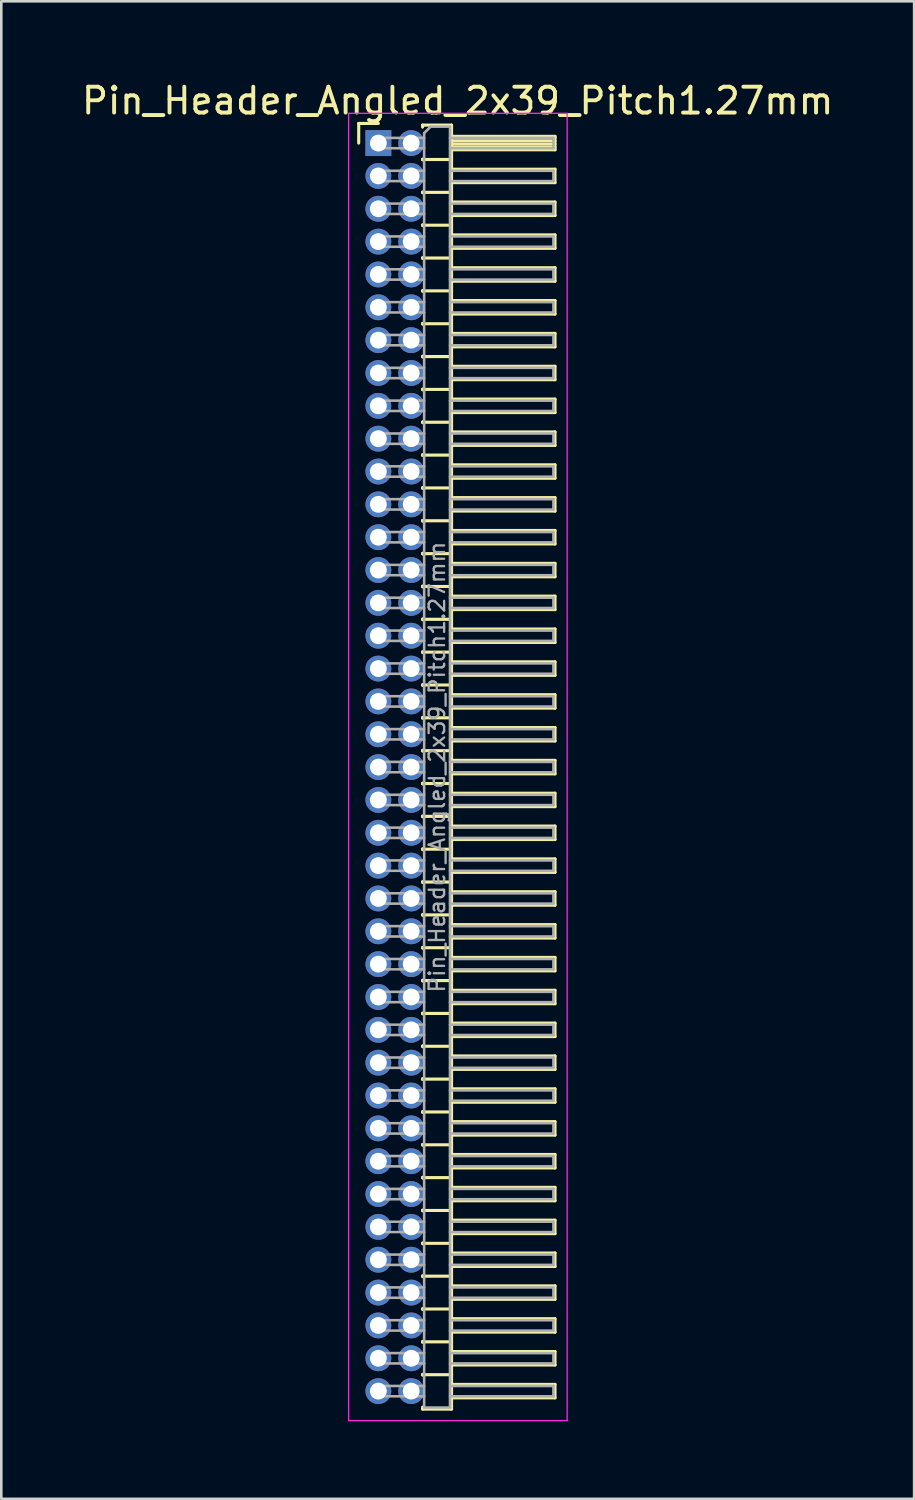
<source format=kicad_pcb>
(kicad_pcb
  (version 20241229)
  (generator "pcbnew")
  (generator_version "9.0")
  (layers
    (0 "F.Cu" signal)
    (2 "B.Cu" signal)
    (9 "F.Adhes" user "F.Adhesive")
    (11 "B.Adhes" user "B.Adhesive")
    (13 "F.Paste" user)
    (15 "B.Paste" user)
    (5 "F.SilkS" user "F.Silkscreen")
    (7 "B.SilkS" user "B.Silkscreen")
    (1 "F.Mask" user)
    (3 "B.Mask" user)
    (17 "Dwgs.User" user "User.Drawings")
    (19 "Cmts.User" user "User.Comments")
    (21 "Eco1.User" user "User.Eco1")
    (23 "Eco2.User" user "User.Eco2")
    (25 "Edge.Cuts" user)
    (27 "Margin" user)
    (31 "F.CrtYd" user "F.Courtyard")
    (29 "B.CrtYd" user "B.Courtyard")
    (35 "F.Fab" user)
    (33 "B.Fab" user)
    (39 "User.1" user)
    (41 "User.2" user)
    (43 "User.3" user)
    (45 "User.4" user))
  (footprint "Pin_Header_Angled_2x39_Pitch1.27mm"
    (layer "F.Cu")
    (at 11.581 2.483)
    (property "Reference" "Pin_Header_Angled_2x39_Pitch1.27mm" (at 3.067 -1.635 0) (layer "F.SilkS") (effects (font (size 1 1) (thickness 0.15))))
    (attr through_hole)
    (fp_line (start -0.76 -0.76) (end 0 -0.76) (stroke (width 0.12) (type solid)) (layer "F.SilkS"))
    (fp_line (start -0.76 0) (end -0.76 -0.76) (stroke (width 0.12) (type solid)) (layer "F.SilkS"))
    (fp_line (start 1.71 -0.695) (end 2.83 -0.695) (stroke (width 0.12) (type solid)) (layer "F.SilkS"))
    (fp_line (start 1.71 -0.62) (end 1.71 -0.695) (stroke (width 0.12) (type solid)) (layer "F.SilkS"))
    (fp_line (start 1.71 0.62) (end 1.71 0.65) (stroke (width 0.12) (type solid)) (layer "F.SilkS"))
    (fp_line (start 1.71 0.635) (end 2.83 0.635) (stroke (width 0.12) (type solid)) (layer "F.SilkS"))
    (fp_line (start 1.71 1.89) (end 1.71 1.92) (stroke (width 0.12) (type solid)) (layer "F.SilkS"))
    (fp_line (start 1.71 1.905) (end 2.83 1.905) (stroke (width 0.12) (type solid)) (layer "F.SilkS"))
    (fp_line (start 1.71 3.16) (end 1.71 3.19) (stroke (width 0.12) (type solid)) (layer "F.SilkS"))
    (fp_line (start 1.71 3.175) (end 2.83 3.175) (stroke (width 0.12) (type solid)) (layer "F.SilkS"))
    (fp_line (start 1.71 4.43) (end 1.71 4.46) (stroke (width 0.12) (type solid)) (layer "F.SilkS"))
    (fp_line (start 1.71 4.445) (end 2.83 4.445) (stroke (width 0.12) (type solid)) (layer "F.SilkS"))
    (fp_line (start 1.71 5.7) (end 1.71 5.73) (stroke (width 0.12) (type solid)) (layer "F.SilkS"))
    (fp_line (start 1.71 5.715) (end 2.83 5.715) (stroke (width 0.12) (type solid)) (layer "F.SilkS"))
    (fp_line (start 1.71 6.97) (end 1.71 7) (stroke (width 0.12) (type solid)) (layer "F.SilkS"))
    (fp_line (start 1.71 6.985) (end 2.83 6.985) (stroke (width 0.12) (type solid)) (layer "F.SilkS"))
    (fp_line (start 1.71 8.24) (end 1.71 8.27) (stroke (width 0.12) (type solid)) (layer "F.SilkS"))
    (fp_line (start 1.71 8.255) (end 2.83 8.255) (stroke (width 0.12) (type solid)) (layer "F.SilkS"))
    (fp_line (start 1.71 9.51) (end 1.71 9.54) (stroke (width 0.12) (type solid)) (layer "F.SilkS"))
    (fp_line (start 1.71 9.525) (end 2.83 9.525) (stroke (width 0.12) (type solid)) (layer "F.SilkS"))
    (fp_line (start 1.71 10.78) (end 1.71 10.81) (stroke (width 0.12) (type solid)) (layer "F.SilkS"))
    (fp_line (start 1.71 10.795) (end 2.83 10.795) (stroke (width 0.12) (type solid)) (layer "F.SilkS"))
    (fp_line (start 1.71 12.05) (end 1.71 12.08) (stroke (width 0.12) (type solid)) (layer "F.SilkS"))
    (fp_line (start 1.71 12.065) (end 2.83 12.065) (stroke (width 0.12) (type solid)) (layer "F.SilkS"))
    (fp_line (start 1.71 13.32) (end 1.71 13.35) (stroke (width 0.12) (type solid)) (layer "F.SilkS"))
    (fp_line (start 1.71 13.335) (end 2.83 13.335) (stroke (width 0.12) (type solid)) (layer "F.SilkS"))
    (fp_line (start 1.71 14.59) (end 1.71 14.62) (stroke (width 0.12) (type solid)) (layer "F.SilkS"))
    (fp_line (start 1.71 14.605) (end 2.83 14.605) (stroke (width 0.12) (type solid)) (layer "F.SilkS"))
    (fp_line (start 1.71 15.86) (end 1.71 15.89) (stroke (width 0.12) (type solid)) (layer "F.SilkS"))
    (fp_line (start 1.71 15.875) (end 2.83 15.875) (stroke (width 0.12) (type solid)) (layer "F.SilkS"))
    (fp_line (start 1.71 17.13) (end 1.71 17.16) (stroke (width 0.12) (type solid)) (layer "F.SilkS"))
    (fp_line (start 1.71 17.145) (end 2.83 17.145) (stroke (width 0.12) (type solid)) (layer "F.SilkS"))
    (fp_line (start 1.71 18.4) (end 1.71 18.43) (stroke (width 0.12) (type solid)) (layer "F.SilkS"))
    (fp_line (start 1.71 18.415) (end 2.83 18.415) (stroke (width 0.12) (type solid)) (layer "F.SilkS"))
    (fp_line (start 1.71 19.67) (end 1.71 19.7) (stroke (width 0.12) (type solid)) (layer "F.SilkS"))
    (fp_line (start 1.71 19.685) (end 2.83 19.685) (stroke (width 0.12) (type solid)) (layer "F.SilkS"))
    (fp_line (start 1.71 20.94) (end 1.71 20.97) (stroke (width 0.12) (type solid)) (layer "F.SilkS"))
    (fp_line (start 1.71 20.955) (end 2.83 20.955) (stroke (width 0.12) (type solid)) (layer "F.SilkS"))
    (fp_line (start 1.71 22.21) (end 1.71 22.24) (stroke (width 0.12) (type solid)) (layer "F.SilkS"))
    (fp_line (start 1.71 22.225) (end 2.83 22.225) (stroke (width 0.12) (type solid)) (layer "F.SilkS"))
    (fp_line (start 1.71 23.48) (end 1.71 23.51) (stroke (width 0.12) (type solid)) (layer "F.SilkS"))
    (fp_line (start 1.71 23.495) (end 2.83 23.495) (stroke (width 0.12) (type solid)) (layer "F.SilkS"))
    (fp_line (start 1.71 24.75) (end 1.71 24.78) (stroke (width 0.12) (type solid)) (layer "F.SilkS"))
    (fp_line (start 1.71 24.765) (end 2.83 24.765) (stroke (width 0.12) (type solid)) (layer "F.SilkS"))
    (fp_line (start 1.71 26.02) (end 1.71 26.05) (stroke (width 0.12) (type solid)) (layer "F.SilkS"))
    (fp_line (start 1.71 26.035) (end 2.83 26.035) (stroke (width 0.12) (type solid)) (layer "F.SilkS"))
    (fp_line (start 1.71 27.29) (end 1.71 27.32) (stroke (width 0.12) (type solid)) (layer "F.SilkS"))
    (fp_line (start 1.71 27.305) (end 2.83 27.305) (stroke (width 0.12) (type solid)) (layer "F.SilkS"))
    (fp_line (start 1.71 28.56) (end 1.71 28.59) (stroke (width 0.12) (type solid)) (layer "F.SilkS"))
    (fp_line (start 1.71 28.575) (end 2.83 28.575) (stroke (width 0.12) (type solid)) (layer "F.SilkS"))
    (fp_line (start 1.71 29.83) (end 1.71 29.86) (stroke (width 0.12) (type solid)) (layer "F.SilkS"))
    (fp_line (start 1.71 29.845) (end 2.83 29.845) (stroke (width 0.12) (type solid)) (layer "F.SilkS"))
    (fp_line (start 1.71 31.1) (end 1.71 31.13) (stroke (width 0.12) (type solid)) (layer "F.SilkS"))
    (fp_line (start 1.71 31.115) (end 2.83 31.115) (stroke (width 0.12) (type solid)) (layer "F.SilkS"))
    (fp_line (start 1.71 32.37) (end 1.71 32.4) (stroke (width 0.12) (type solid)) (layer "F.SilkS"))
    (fp_line (start 1.71 32.385) (end 2.83 32.385) (stroke (width 0.12) (type solid)) (layer "F.SilkS"))
    (fp_line (start 1.71 33.64) (end 1.71 33.67) (stroke (width 0.12) (type solid)) (layer "F.SilkS"))
    (fp_line (start 1.71 33.655) (end 2.83 33.655) (stroke (width 0.12) (type solid)) (layer "F.SilkS"))
    (fp_line (start 1.71 34.91) (end 1.71 34.94) (stroke (width 0.12) (type solid)) (layer "F.SilkS"))
    (fp_line (start 1.71 34.925) (end 2.83 34.925) (stroke (width 0.12) (type solid)) (layer "F.SilkS"))
    (fp_line (start 1.71 36.18) (end 1.71 36.21) (stroke (width 0.12) (type solid)) (layer "F.SilkS"))
    (fp_line (start 1.71 36.195) (end 2.83 36.195) (stroke (width 0.12) (type solid)) (layer "F.SilkS"))
    (fp_line (start 1.71 37.45) (end 1.71 37.48) (stroke (width 0.12) (type solid)) (layer "F.SilkS"))
    (fp_line (start 1.71 37.465) (end 2.83 37.465) (stroke (width 0.12) (type solid)) (layer "F.SilkS"))
    (fp_line (start 1.71 38.72) (end 1.71 38.75) (stroke (width 0.12) (type solid)) (layer "F.SilkS"))
    (fp_line (start 1.71 38.735) (end 2.83 38.735) (stroke (width 0.12) (type solid)) (layer "F.SilkS"))
    (fp_line (start 1.71 39.99) (end 1.71 40.02) (stroke (width 0.12) (type solid)) (layer "F.SilkS"))
    (fp_line (start 1.71 40.005) (end 2.83 40.005) (stroke (width 0.12) (type solid)) (layer "F.SilkS"))
    (fp_line (start 1.71 41.26) (end 1.71 41.29) (stroke (width 0.12) (type solid)) (layer "F.SilkS"))
    (fp_line (start 1.71 41.275) (end 2.83 41.275) (stroke (width 0.12) (type solid)) (layer "F.SilkS"))
    (fp_line (start 1.71 42.53) (end 1.71 42.56) (stroke (width 0.12) (type solid)) (layer "F.SilkS"))
    (fp_line (start 1.71 42.545) (end 2.83 42.545) (stroke (width 0.12) (type solid)) (layer "F.SilkS"))
    (fp_line (start 1.71 43.8) (end 1.71 43.83) (stroke (width 0.12) (type solid)) (layer "F.SilkS"))
    (fp_line (start 1.71 43.815) (end 2.83 43.815) (stroke (width 0.12) (type solid)) (layer "F.SilkS"))
    (fp_line (start 1.71 45.07) (end 1.71 45.1) (stroke (width 0.12) (type solid)) (layer "F.SilkS"))
    (fp_line (start 1.71 45.085) (end 2.83 45.085) (stroke (width 0.12) (type solid)) (layer "F.SilkS"))
    (fp_line (start 1.71 46.34) (end 1.71 46.37) (stroke (width 0.12) (type solid)) (layer "F.SilkS"))
    (fp_line (start 1.71 46.355) (end 2.83 46.355) (stroke (width 0.12) (type solid)) (layer "F.SilkS"))
    (fp_line (start 1.71 47.61) (end 1.71 47.64) (stroke (width 0.12) (type solid)) (layer "F.SilkS"))
    (fp_line (start 1.71 47.625) (end 2.83 47.625) (stroke (width 0.12) (type solid)) (layer "F.SilkS"))
    (fp_line (start 1.71 48.955) (end 1.71 48.88) (stroke (width 0.12) (type solid)) (layer "F.SilkS"))
    (fp_line (start 2.83 -0.695) (end 2.83 48.955) (stroke (width 0.12) (type solid)) (layer "F.SilkS"))
    (fp_line (start 2.83 -0.26) (end 6.83 -0.26) (stroke (width 0.12) (type solid)) (layer "F.SilkS"))
    (fp_line (start 2.83 -0.2) (end 6.83 -0.2) (stroke (width 0.12) (type solid)) (layer "F.SilkS"))
    (fp_line (start 2.83 -0.08) (end 6.83 -0.08) (stroke (width 0.12) (type solid)) (layer "F.SilkS"))
    (fp_line (start 2.83 0.04) (end 6.83 0.04) (stroke (width 0.12) (type solid)) (layer "F.SilkS"))
    (fp_line (start 2.83 0.16) (end 6.83 0.16) (stroke (width 0.12) (type solid)) (layer "F.SilkS"))
    (fp_line (start 2.83 1.01) (end 6.83 1.01) (stroke (width 0.12) (type solid)) (layer "F.SilkS"))
    (fp_line (start 2.83 2.28) (end 6.83 2.28) (stroke (width 0.12) (type solid)) (layer "F.SilkS"))
    (fp_line (start 2.83 3.55) (end 6.83 3.55) (stroke (width 0.12) (type solid)) (layer "F.SilkS"))
    (fp_line (start 2.83 4.82) (end 6.83 4.82) (stroke (width 0.12) (type solid)) (layer "F.SilkS"))
    (fp_line (start 2.83 6.09) (end 6.83 6.09) (stroke (width 0.12) (type solid)) (layer "F.SilkS"))
    (fp_line (start 2.83 7.36) (end 6.83 7.36) (stroke (width 0.12) (type solid)) (layer "F.SilkS"))
    (fp_line (start 2.83 8.63) (end 6.83 8.63) (stroke (width 0.12) (type solid)) (layer "F.SilkS"))
    (fp_line (start 2.83 9.9) (end 6.83 9.9) (stroke (width 0.12) (type solid)) (layer "F.SilkS"))
    (fp_line (start 2.83 11.17) (end 6.83 11.17) (stroke (width 0.12) (type solid)) (layer "F.SilkS"))
    (fp_line (start 2.83 12.44) (end 6.83 12.44) (stroke (width 0.12) (type solid)) (layer "F.SilkS"))
    (fp_line (start 2.83 13.71) (end 6.83 13.71) (stroke (width 0.12) (type solid)) (layer "F.SilkS"))
    (fp_line (start 2.83 14.98) (end 6.83 14.98) (stroke (width 0.12) (type solid)) (layer "F.SilkS"))
    (fp_line (start 2.83 16.25) (end 6.83 16.25) (stroke (width 0.12) (type solid)) (layer "F.SilkS"))
    (fp_line (start 2.83 17.52) (end 6.83 17.52) (stroke (width 0.12) (type solid)) (layer "F.SilkS"))
    (fp_line (start 2.83 18.79) (end 6.83 18.79) (stroke (width 0.12) (type solid)) (layer "F.SilkS"))
    (fp_line (start 2.83 20.06) (end 6.83 20.06) (stroke (width 0.12) (type solid)) (layer "F.SilkS"))
    (fp_line (start 2.83 21.33) (end 6.83 21.33) (stroke (width 0.12) (type solid)) (layer "F.SilkS"))
    (fp_line (start 2.83 22.6) (end 6.83 22.6) (stroke (width 0.12) (type solid)) (layer "F.SilkS"))
    (fp_line (start 2.83 23.87) (end 6.83 23.87) (stroke (width 0.12) (type solid)) (layer "F.SilkS"))
    (fp_line (start 2.83 25.14) (end 6.83 25.14) (stroke (width 0.12) (type solid)) (layer "F.SilkS"))
    (fp_line (start 2.83 26.41) (end 6.83 26.41) (stroke (width 0.12) (type solid)) (layer "F.SilkS"))
    (fp_line (start 2.83 27.68) (end 6.83 27.68) (stroke (width 0.12) (type solid)) (layer "F.SilkS"))
    (fp_line (start 2.83 28.95) (end 6.83 28.95) (stroke (width 0.12) (type solid)) (layer "F.SilkS"))
    (fp_line (start 2.83 30.22) (end 6.83 30.22) (stroke (width 0.12) (type solid)) (layer "F.SilkS"))
    (fp_line (start 2.83 31.49) (end 6.83 31.49) (stroke (width 0.12) (type solid)) (layer "F.SilkS"))
    (fp_line (start 2.83 32.76) (end 6.83 32.76) (stroke (width 0.12) (type solid)) (layer "F.SilkS"))
    (fp_line (start 2.83 34.03) (end 6.83 34.03) (stroke (width 0.12) (type solid)) (layer "F.SilkS"))
    (fp_line (start 2.83 35.3) (end 6.83 35.3) (stroke (width 0.12) (type solid)) (layer "F.SilkS"))
    (fp_line (start 2.83 36.57) (end 6.83 36.57) (stroke (width 0.12) (type solid)) (layer "F.SilkS"))
    (fp_line (start 2.83 37.84) (end 6.83 37.84) (stroke (width 0.12) (type solid)) (layer "F.SilkS"))
    (fp_line (start 2.83 39.11) (end 6.83 39.11) (stroke (width 0.12) (type solid)) (layer "F.SilkS"))
    (fp_line (start 2.83 40.38) (end 6.83 40.38) (stroke (width 0.12) (type solid)) (layer "F.SilkS"))
    (fp_line (start 2.83 41.65) (end 6.83 41.65) (stroke (width 0.12) (type solid)) (layer "F.SilkS"))
    (fp_line (start 2.83 42.92) (end 6.83 42.92) (stroke (width 0.12) (type solid)) (layer "F.SilkS"))
    (fp_line (start 2.83 44.19) (end 6.83 44.19) (stroke (width 0.12) (type solid)) (layer "F.SilkS"))
    (fp_line (start 2.83 45.46) (end 6.83 45.46) (stroke (width 0.12) (type solid)) (layer "F.SilkS"))
    (fp_line (start 2.83 46.73) (end 6.83 46.73) (stroke (width 0.12) (type solid)) (layer "F.SilkS"))
    (fp_line (start 2.83 48) (end 6.83 48) (stroke (width 0.12) (type solid)) (layer "F.SilkS"))
    (fp_line (start 2.83 48.955) (end 1.71 48.955) (stroke (width 0.12) (type solid)) (layer "F.SilkS"))
    (fp_line (start 6.83 -0.26) (end 6.83 0.26) (stroke (width 0.12) (type solid)) (layer "F.SilkS"))
    (fp_line (start 6.83 0.26) (end 2.83 0.26) (stroke (width 0.12) (type solid)) (layer "F.SilkS"))
    (fp_line (start 6.83 1.01) (end 6.83 1.53) (stroke (width 0.12) (type solid)) (layer "F.SilkS"))
    (fp_line (start 6.83 1.53) (end 2.83 1.53) (stroke (width 0.12) (type solid)) (layer "F.SilkS"))
    (fp_line (start 6.83 2.28) (end 6.83 2.8) (stroke (width 0.12) (type solid)) (layer "F.SilkS"))
    (fp_line (start 6.83 2.8) (end 2.83 2.8) (stroke (width 0.12) (type solid)) (layer "F.SilkS"))
    (fp_line (start 6.83 3.55) (end 6.83 4.07) (stroke (width 0.12) (type solid)) (layer "F.SilkS"))
    (fp_line (start 6.83 4.07) (end 2.83 4.07) (stroke (width 0.12) (type solid)) (layer "F.SilkS"))
    (fp_line (start 6.83 4.82) (end 6.83 5.34) (stroke (width 0.12) (type solid)) (layer "F.SilkS"))
    (fp_line (start 6.83 5.34) (end 2.83 5.34) (stroke (width 0.12) (type solid)) (layer "F.SilkS"))
    (fp_line (start 6.83 6.09) (end 6.83 6.61) (stroke (width 0.12) (type solid)) (layer "F.SilkS"))
    (fp_line (start 6.83 6.61) (end 2.83 6.61) (stroke (width 0.12) (type solid)) (layer "F.SilkS"))
    (fp_line (start 6.83 7.36) (end 6.83 7.88) (stroke (width 0.12) (type solid)) (layer "F.SilkS"))
    (fp_line (start 6.83 7.88) (end 2.83 7.88) (stroke (width 0.12) (type solid)) (layer "F.SilkS"))
    (fp_line (start 6.83 8.63) (end 6.83 9.15) (stroke (width 0.12) (type solid)) (layer "F.SilkS"))
    (fp_line (start 6.83 9.15) (end 2.83 9.15) (stroke (width 0.12) (type solid)) (layer "F.SilkS"))
    (fp_line (start 6.83 9.9) (end 6.83 10.42) (stroke (width 0.12) (type solid)) (layer "F.SilkS"))
    (fp_line (start 6.83 10.42) (end 2.83 10.42) (stroke (width 0.12) (type solid)) (layer "F.SilkS"))
    (fp_line (start 6.83 11.17) (end 6.83 11.69) (stroke (width 0.12) (type solid)) (layer "F.SilkS"))
    (fp_line (start 6.83 11.69) (end 2.83 11.69) (stroke (width 0.12) (type solid)) (layer "F.SilkS"))
    (fp_line (start 6.83 12.44) (end 6.83 12.96) (stroke (width 0.12) (type solid)) (layer "F.SilkS"))
    (fp_line (start 6.83 12.96) (end 2.83 12.96) (stroke (width 0.12) (type solid)) (layer "F.SilkS"))
    (fp_line (start 6.83 13.71) (end 6.83 14.23) (stroke (width 0.12) (type solid)) (layer "F.SilkS"))
    (fp_line (start 6.83 14.23) (end 2.83 14.23) (stroke (width 0.12) (type solid)) (layer "F.SilkS"))
    (fp_line (start 6.83 14.98) (end 6.83 15.5) (stroke (width 0.12) (type solid)) (layer "F.SilkS"))
    (fp_line (start 6.83 15.5) (end 2.83 15.5) (stroke (width 0.12) (type solid)) (layer "F.SilkS"))
    (fp_line (start 6.83 16.25) (end 6.83 16.77) (stroke (width 0.12) (type solid)) (layer "F.SilkS"))
    (fp_line (start 6.83 16.77) (end 2.83 16.77) (stroke (width 0.12) (type solid)) (layer "F.SilkS"))
    (fp_line (start 6.83 17.52) (end 6.83 18.04) (stroke (width 0.12) (type solid)) (layer "F.SilkS"))
    (fp_line (start 6.83 18.04) (end 2.83 18.04) (stroke (width 0.12) (type solid)) (layer "F.SilkS"))
    (fp_line (start 6.83 18.79) (end 6.83 19.31) (stroke (width 0.12) (type solid)) (layer "F.SilkS"))
    (fp_line (start 6.83 19.31) (end 2.83 19.31) (stroke (width 0.12) (type solid)) (layer "F.SilkS"))
    (fp_line (start 6.83 20.06) (end 6.83 20.58) (stroke (width 0.12) (type solid)) (layer "F.SilkS"))
    (fp_line (start 6.83 20.58) (end 2.83 20.58) (stroke (width 0.12) (type solid)) (layer "F.SilkS"))
    (fp_line (start 6.83 21.33) (end 6.83 21.85) (stroke (width 0.12) (type solid)) (layer "F.SilkS"))
    (fp_line (start 6.83 21.85) (end 2.83 21.85) (stroke (width 0.12) (type solid)) (layer "F.SilkS"))
    (fp_line (start 6.83 22.6) (end 6.83 23.12) (stroke (width 0.12) (type solid)) (layer "F.SilkS"))
    (fp_line (start 6.83 23.12) (end 2.83 23.12) (stroke (width 0.12) (type solid)) (layer "F.SilkS"))
    (fp_line (start 6.83 23.87) (end 6.83 24.39) (stroke (width 0.12) (type solid)) (layer "F.SilkS"))
    (fp_line (start 6.83 24.39) (end 2.83 24.39) (stroke (width 0.12) (type solid)) (layer "F.SilkS"))
    (fp_line (start 6.83 25.14) (end 6.83 25.66) (stroke (width 0.12) (type solid)) (layer "F.SilkS"))
    (fp_line (start 6.83 25.66) (end 2.83 25.66) (stroke (width 0.12) (type solid)) (layer "F.SilkS"))
    (fp_line (start 6.83 26.41) (end 6.83 26.93) (stroke (width 0.12) (type solid)) (layer "F.SilkS"))
    (fp_line (start 6.83 26.93) (end 2.83 26.93) (stroke (width 0.12) (type solid)) (layer "F.SilkS"))
    (fp_line (start 6.83 27.68) (end 6.83 28.2) (stroke (width 0.12) (type solid)) (layer "F.SilkS"))
    (fp_line (start 6.83 28.2) (end 2.83 28.2) (stroke (width 0.12) (type solid)) (layer "F.SilkS"))
    (fp_line (start 6.83 28.95) (end 6.83 29.47) (stroke (width 0.12) (type solid)) (layer "F.SilkS"))
    (fp_line (start 6.83 29.47) (end 2.83 29.47) (stroke (width 0.12) (type solid)) (layer "F.SilkS"))
    (fp_line (start 6.83 30.22) (end 6.83 30.74) (stroke (width 0.12) (type solid)) (layer "F.SilkS"))
    (fp_line (start 6.83 30.74) (end 2.83 30.74) (stroke (width 0.12) (type solid)) (layer "F.SilkS"))
    (fp_line (start 6.83 31.49) (end 6.83 32.01) (stroke (width 0.12) (type solid)) (layer "F.SilkS"))
    (fp_line (start 6.83 32.01) (end 2.83 32.01) (stroke (width 0.12) (type solid)) (layer "F.SilkS"))
    (fp_line (start 6.83 32.76) (end 6.83 33.28) (stroke (width 0.12) (type solid)) (layer "F.SilkS"))
    (fp_line (start 6.83 33.28) (end 2.83 33.28) (stroke (width 0.12) (type solid)) (layer "F.SilkS"))
    (fp_line (start 6.83 34.03) (end 6.83 34.55) (stroke (width 0.12) (type solid)) (layer "F.SilkS"))
    (fp_line (start 6.83 34.55) (end 2.83 34.55) (stroke (width 0.12) (type solid)) (layer "F.SilkS"))
    (fp_line (start 6.83 35.3) (end 6.83 35.82) (stroke (width 0.12) (type solid)) (layer "F.SilkS"))
    (fp_line (start 6.83 35.82) (end 2.83 35.82) (stroke (width 0.12) (type solid)) (layer "F.SilkS"))
    (fp_line (start 6.83 36.57) (end 6.83 37.09) (stroke (width 0.12) (type solid)) (layer "F.SilkS"))
    (fp_line (start 6.83 37.09) (end 2.83 37.09) (stroke (width 0.12) (type solid)) (layer "F.SilkS"))
    (fp_line (start 6.83 37.84) (end 6.83 38.36) (stroke (width 0.12) (type solid)) (layer "F.SilkS"))
    (fp_line (start 6.83 38.36) (end 2.83 38.36) (stroke (width 0.12) (type solid)) (layer "F.SilkS"))
    (fp_line (start 6.83 39.11) (end 6.83 39.63) (stroke (width 0.12) (type solid)) (layer "F.SilkS"))
    (fp_line (start 6.83 39.63) (end 2.83 39.63) (stroke (width 0.12) (type solid)) (layer "F.SilkS"))
    (fp_line (start 6.83 40.38) (end 6.83 40.9) (stroke (width 0.12) (type solid)) (layer "F.SilkS"))
    (fp_line (start 6.83 40.9) (end 2.83 40.9) (stroke (width 0.12) (type solid)) (layer "F.SilkS"))
    (fp_line (start 6.83 41.65) (end 6.83 42.17) (stroke (width 0.12) (type solid)) (layer "F.SilkS"))
    (fp_line (start 6.83 42.17) (end 2.83 42.17) (stroke (width 0.12) (type solid)) (layer "F.SilkS"))
    (fp_line (start 6.83 42.92) (end 6.83 43.44) (stroke (width 0.12) (type solid)) (layer "F.SilkS"))
    (fp_line (start 6.83 43.44) (end 2.83 43.44) (stroke (width 0.12) (type solid)) (layer "F.SilkS"))
    (fp_line (start 6.83 44.19) (end 6.83 44.71) (stroke (width 0.12) (type solid)) (layer "F.SilkS"))
    (fp_line (start 6.83 44.71) (end 2.83 44.71) (stroke (width 0.12) (type solid)) (layer "F.SilkS"))
    (fp_line (start 6.83 45.46) (end 6.83 45.98) (stroke (width 0.12) (type solid)) (layer "F.SilkS"))
    (fp_line (start 6.83 45.98) (end 2.83 45.98) (stroke (width 0.12) (type solid)) (layer "F.SilkS"))
    (fp_line (start 6.83 46.73) (end 6.83 47.25) (stroke (width 0.12) (type solid)) (layer "F.SilkS"))
    (fp_line (start 6.83 47.25) (end 2.83 47.25) (stroke (width 0.12) (type solid)) (layer "F.SilkS"))
    (fp_line (start 6.83 48) (end 6.83 48.52) (stroke (width 0.12) (type solid)) (layer "F.SilkS"))
    (fp_line (start 6.83 48.52) (end 2.83 48.52) (stroke (width 0.12) (type solid)) (layer "F.SilkS"))
    (fp_line (start -1.15 -1.15) (end -1.15 49.4) (stroke (width 0.05) (type solid)) (layer "F.CrtYd"))
    (fp_line (start -1.15 49.4) (end 7.3 49.4) (stroke (width 0.05) (type solid)) (layer "F.CrtYd"))
    (fp_line (start 7.3 -1.15) (end -1.15 -1.15) (stroke (width 0.05) (type solid)) (layer "F.CrtYd"))
    (fp_line (start 7.3 49.4) (end 7.3 -1.15) (stroke (width 0.05) (type solid)) (layer "F.CrtYd"))
    (fp_line (start -0.2 -0.2) (end -0.2 0.2) (stroke (width 0.1) (type solid)) (layer "F.Fab"))
    (fp_line (start -0.2 -0.2) (end 1.77 -0.2) (stroke (width 0.1) (type solid)) (layer "F.Fab"))
    (fp_line (start -0.2 0.2) (end 1.77 0.2) (stroke (width 0.1) (type solid)) (layer "F.Fab"))
    (fp_line (start -0.2 1.07) (end -0.2 1.47) (stroke (width 0.1) (type solid)) (layer "F.Fab"))
    (fp_line (start -0.2 1.07) (end 1.77 1.07) (stroke (width 0.1) (type solid)) (layer "F.Fab"))
    (fp_line (start -0.2 1.47) (end 1.77 1.47) (stroke (width 0.1) (type solid)) (layer "F.Fab"))
    (fp_line (start -0.2 2.34) (end -0.2 2.74) (stroke (width 0.1) (type solid)) (layer "F.Fab"))
    (fp_line (start -0.2 2.34) (end 1.77 2.34) (stroke (width 0.1) (type solid)) (layer "F.Fab"))
    (fp_line (start -0.2 2.74) (end 1.77 2.74) (stroke (width 0.1) (type solid)) (layer "F.Fab"))
    (fp_line (start -0.2 3.61) (end -0.2 4.01) (stroke (width 0.1) (type solid)) (layer "F.Fab"))
    (fp_line (start -0.2 3.61) (end 1.77 3.61) (stroke (width 0.1) (type solid)) (layer "F.Fab"))
    (fp_line (start -0.2 4.01) (end 1.77 4.01) (stroke (width 0.1) (type solid)) (layer "F.Fab"))
    (fp_line (start -0.2 4.88) (end -0.2 5.28) (stroke (width 0.1) (type solid)) (layer "F.Fab"))
    (fp_line (start -0.2 4.88) (end 1.77 4.88) (stroke (width 0.1) (type solid)) (layer "F.Fab"))
    (fp_line (start -0.2 5.28) (end 1.77 5.28) (stroke (width 0.1) (type solid)) (layer "F.Fab"))
    (fp_line (start -0.2 6.15) (end -0.2 6.55) (stroke (width 0.1) (type solid)) (layer "F.Fab"))
    (fp_line (start -0.2 6.15) (end 1.77 6.15) (stroke (width 0.1) (type solid)) (layer "F.Fab"))
    (fp_line (start -0.2 6.55) (end 1.77 6.55) (stroke (width 0.1) (type solid)) (layer "F.Fab"))
    (fp_line (start -0.2 7.42) (end -0.2 7.82) (stroke (width 0.1) (type solid)) (layer "F.Fab"))
    (fp_line (start -0.2 7.42) (end 1.77 7.42) (stroke (width 0.1) (type solid)) (layer "F.Fab"))
    (fp_line (start -0.2 7.82) (end 1.77 7.82) (stroke (width 0.1) (type solid)) (layer "F.Fab"))
    (fp_line (start -0.2 8.69) (end -0.2 9.09) (stroke (width 0.1) (type solid)) (layer "F.Fab"))
    (fp_line (start -0.2 8.69) (end 1.77 8.69) (stroke (width 0.1) (type solid)) (layer "F.Fab"))
    (fp_line (start -0.2 9.09) (end 1.77 9.09) (stroke (width 0.1) (type solid)) (layer "F.Fab"))
    (fp_line (start -0.2 9.96) (end -0.2 10.36) (stroke (width 0.1) (type solid)) (layer "F.Fab"))
    (fp_line (start -0.2 9.96) (end 1.77 9.96) (stroke (width 0.1) (type solid)) (layer "F.Fab"))
    (fp_line (start -0.2 10.36) (end 1.77 10.36) (stroke (width 0.1) (type solid)) (layer "F.Fab"))
    (fp_line (start -0.2 11.23) (end -0.2 11.63) (stroke (width 0.1) (type solid)) (layer "F.Fab"))
    (fp_line (start -0.2 11.23) (end 1.77 11.23) (stroke (width 0.1) (type solid)) (layer "F.Fab"))
    (fp_line (start -0.2 11.63) (end 1.77 11.63) (stroke (width 0.1) (type solid)) (layer "F.Fab"))
    (fp_line (start -0.2 12.5) (end -0.2 12.9) (stroke (width 0.1) (type solid)) (layer "F.Fab"))
    (fp_line (start -0.2 12.5) (end 1.77 12.5) (stroke (width 0.1) (type solid)) (layer "F.Fab"))
    (fp_line (start -0.2 12.9) (end 1.77 12.9) (stroke (width 0.1) (type solid)) (layer "F.Fab"))
    (fp_line (start -0.2 13.77) (end -0.2 14.17) (stroke (width 0.1) (type solid)) (layer "F.Fab"))
    (fp_line (start -0.2 13.77) (end 1.77 13.77) (stroke (width 0.1) (type solid)) (layer "F.Fab"))
    (fp_line (start -0.2 14.17) (end 1.77 14.17) (stroke (width 0.1) (type solid)) (layer "F.Fab"))
    (fp_line (start -0.2 15.04) (end -0.2 15.44) (stroke (width 0.1) (type solid)) (layer "F.Fab"))
    (fp_line (start -0.2 15.04) (end 1.77 15.04) (stroke (width 0.1) (type solid)) (layer "F.Fab"))
    (fp_line (start -0.2 15.44) (end 1.77 15.44) (stroke (width 0.1) (type solid)) (layer "F.Fab"))
    (fp_line (start -0.2 16.31) (end -0.2 16.71) (stroke (width 0.1) (type solid)) (layer "F.Fab"))
    (fp_line (start -0.2 16.31) (end 1.77 16.31) (stroke (width 0.1) (type solid)) (layer "F.Fab"))
    (fp_line (start -0.2 16.71) (end 1.77 16.71) (stroke (width 0.1) (type solid)) (layer "F.Fab"))
    (fp_line (start -0.2 17.58) (end -0.2 17.98) (stroke (width 0.1) (type solid)) (layer "F.Fab"))
    (fp_line (start -0.2 17.58) (end 1.77 17.58) (stroke (width 0.1) (type solid)) (layer "F.Fab"))
    (fp_line (start -0.2 17.98) (end 1.77 17.98) (stroke (width 0.1) (type solid)) (layer "F.Fab"))
    (fp_line (start -0.2 18.85) (end -0.2 19.25) (stroke (width 0.1) (type solid)) (layer "F.Fab"))
    (fp_line (start -0.2 18.85) (end 1.77 18.85) (stroke (width 0.1) (type solid)) (layer "F.Fab"))
    (fp_line (start -0.2 19.25) (end 1.77 19.25) (stroke (width 0.1) (type solid)) (layer "F.Fab"))
    (fp_line (start -0.2 20.12) (end -0.2 20.52) (stroke (width 0.1) (type solid)) (layer "F.Fab"))
    (fp_line (start -0.2 20.12) (end 1.77 20.12) (stroke (width 0.1) (type solid)) (layer "F.Fab"))
    (fp_line (start -0.2 20.52) (end 1.77 20.52) (stroke (width 0.1) (type solid)) (layer "F.Fab"))
    (fp_line (start -0.2 21.39) (end -0.2 21.79) (stroke (width 0.1) (type solid)) (layer "F.Fab"))
    (fp_line (start -0.2 21.39) (end 1.77 21.39) (stroke (width 0.1) (type solid)) (layer "F.Fab"))
    (fp_line (start -0.2 21.79) (end 1.77 21.79) (stroke (width 0.1) (type solid)) (layer "F.Fab"))
    (fp_line (start -0.2 22.66) (end -0.2 23.06) (stroke (width 0.1) (type solid)) (layer "F.Fab"))
    (fp_line (start -0.2 22.66) (end 1.77 22.66) (stroke (width 0.1) (type solid)) (layer "F.Fab"))
    (fp_line (start -0.2 23.06) (end 1.77 23.06) (stroke (width 0.1) (type solid)) (layer "F.Fab"))
    (fp_line (start -0.2 23.93) (end -0.2 24.33) (stroke (width 0.1) (type solid)) (layer "F.Fab"))
    (fp_line (start -0.2 23.93) (end 1.77 23.93) (stroke (width 0.1) (type solid)) (layer "F.Fab"))
    (fp_line (start -0.2 24.33) (end 1.77 24.33) (stroke (width 0.1) (type solid)) (layer "F.Fab"))
    (fp_line (start -0.2 25.2) (end -0.2 25.6) (stroke (width 0.1) (type solid)) (layer "F.Fab"))
    (fp_line (start -0.2 25.2) (end 1.77 25.2) (stroke (width 0.1) (type solid)) (layer "F.Fab"))
    (fp_line (start -0.2 25.6) (end 1.77 25.6) (stroke (width 0.1) (type solid)) (layer "F.Fab"))
    (fp_line (start -0.2 26.47) (end -0.2 26.87) (stroke (width 0.1) (type solid)) (layer "F.Fab"))
    (fp_line (start -0.2 26.47) (end 1.77 26.47) (stroke (width 0.1) (type solid)) (layer "F.Fab"))
    (fp_line (start -0.2 26.87) (end 1.77 26.87) (stroke (width 0.1) (type solid)) (layer "F.Fab"))
    (fp_line (start -0.2 27.74) (end -0.2 28.14) (stroke (width 0.1) (type solid)) (layer "F.Fab"))
    (fp_line (start -0.2 27.74) (end 1.77 27.74) (stroke (width 0.1) (type solid)) (layer "F.Fab"))
    (fp_line (start -0.2 28.14) (end 1.77 28.14) (stroke (width 0.1) (type solid)) (layer "F.Fab"))
    (fp_line (start -0.2 29.01) (end -0.2 29.41) (stroke (width 0.1) (type solid)) (layer "F.Fab"))
    (fp_line (start -0.2 29.01) (end 1.77 29.01) (stroke (width 0.1) (type solid)) (layer "F.Fab"))
    (fp_line (start -0.2 29.41) (end 1.77 29.41) (stroke (width 0.1) (type solid)) (layer "F.Fab"))
    (fp_line (start -0.2 30.28) (end -0.2 30.68) (stroke (width 0.1) (type solid)) (layer "F.Fab"))
    (fp_line (start -0.2 30.28) (end 1.77 30.28) (stroke (width 0.1) (type solid)) (layer "F.Fab"))
    (fp_line (start -0.2 30.68) (end 1.77 30.68) (stroke (width 0.1) (type solid)) (layer "F.Fab"))
    (fp_line (start -0.2 31.55) (end -0.2 31.95) (stroke (width 0.1) (type solid)) (layer "F.Fab"))
    (fp_line (start -0.2 31.55) (end 1.77 31.55) (stroke (width 0.1) (type solid)) (layer "F.Fab"))
    (fp_line (start -0.2 31.95) (end 1.77 31.95) (stroke (width 0.1) (type solid)) (layer "F.Fab"))
    (fp_line (start -0.2 32.82) (end -0.2 33.22) (stroke (width 0.1) (type solid)) (layer "F.Fab"))
    (fp_line (start -0.2 32.82) (end 1.77 32.82) (stroke (width 0.1) (type solid)) (layer "F.Fab"))
    (fp_line (start -0.2 33.22) (end 1.77 33.22) (stroke (width 0.1) (type solid)) (layer "F.Fab"))
    (fp_line (start -0.2 34.09) (end -0.2 34.49) (stroke (width 0.1) (type solid)) (layer "F.Fab"))
    (fp_line (start -0.2 34.09) (end 1.77 34.09) (stroke (width 0.1) (type solid)) (layer "F.Fab"))
    (fp_line (start -0.2 34.49) (end 1.77 34.49) (stroke (width 0.1) (type solid)) (layer "F.Fab"))
    (fp_line (start -0.2 35.36) (end -0.2 35.76) (stroke (width 0.1) (type solid)) (layer "F.Fab"))
    (fp_line (start -0.2 35.36) (end 1.77 35.36) (stroke (width 0.1) (type solid)) (layer "F.Fab"))
    (fp_line (start -0.2 35.76) (end 1.77 35.76) (stroke (width 0.1) (type solid)) (layer "F.Fab"))
    (fp_line (start -0.2 36.63) (end -0.2 37.03) (stroke (width 0.1) (type solid)) (layer "F.Fab"))
    (fp_line (start -0.2 36.63) (end 1.77 36.63) (stroke (width 0.1) (type solid)) (layer "F.Fab"))
    (fp_line (start -0.2 37.03) (end 1.77 37.03) (stroke (width 0.1) (type solid)) (layer "F.Fab"))
    (fp_line (start -0.2 37.9) (end -0.2 38.3) (stroke (width 0.1) (type solid)) (layer "F.Fab"))
    (fp_line (start -0.2 37.9) (end 1.77 37.9) (stroke (width 0.1) (type solid)) (layer "F.Fab"))
    (fp_line (start -0.2 38.3) (end 1.77 38.3) (stroke (width 0.1) (type solid)) (layer "F.Fab"))
    (fp_line (start -0.2 39.17) (end -0.2 39.57) (stroke (width 0.1) (type solid)) (layer "F.Fab"))
    (fp_line (start -0.2 39.17) (end 1.77 39.17) (stroke (width 0.1) (type solid)) (layer "F.Fab"))
    (fp_line (start -0.2 39.57) (end 1.77 39.57) (stroke (width 0.1) (type solid)) (layer "F.Fab"))
    (fp_line (start -0.2 40.44) (end -0.2 40.84) (stroke (width 0.1) (type solid)) (layer "F.Fab"))
    (fp_line (start -0.2 40.44) (end 1.77 40.44) (stroke (width 0.1) (type solid)) (layer "F.Fab"))
    (fp_line (start -0.2 40.84) (end 1.77 40.84) (stroke (width 0.1) (type solid)) (layer "F.Fab"))
    (fp_line (start -0.2 41.71) (end -0.2 42.11) (stroke (width 0.1) (type solid)) (layer "F.Fab"))
    (fp_line (start -0.2 41.71) (end 1.77 41.71) (stroke (width 0.1) (type solid)) (layer "F.Fab"))
    (fp_line (start -0.2 42.11) (end 1.77 42.11) (stroke (width 0.1) (type solid)) (layer "F.Fab"))
    (fp_line (start -0.2 42.98) (end -0.2 43.38) (stroke (width 0.1) (type solid)) (layer "F.Fab"))
    (fp_line (start -0.2 42.98) (end 1.77 42.98) (stroke (width 0.1) (type solid)) (layer "F.Fab"))
    (fp_line (start -0.2 43.38) (end 1.77 43.38) (stroke (width 0.1) (type solid)) (layer "F.Fab"))
    (fp_line (start -0.2 44.25) (end -0.2 44.65) (stroke (width 0.1) (type solid)) (layer "F.Fab"))
    (fp_line (start -0.2 44.25) (end 1.77 44.25) (stroke (width 0.1) (type solid)) (layer "F.Fab"))
    (fp_line (start -0.2 44.65) (end 1.77 44.65) (stroke (width 0.1) (type solid)) (layer "F.Fab"))
    (fp_line (start -0.2 45.52) (end -0.2 45.92) (stroke (width 0.1) (type solid)) (layer "F.Fab"))
    (fp_line (start -0.2 45.52) (end 1.77 45.52) (stroke (width 0.1) (type solid)) (layer "F.Fab"))
    (fp_line (start -0.2 45.92) (end 1.77 45.92) (stroke (width 0.1) (type solid)) (layer "F.Fab"))
    (fp_line (start -0.2 46.79) (end -0.2 47.19) (stroke (width 0.1) (type solid)) (layer "F.Fab"))
    (fp_line (start -0.2 46.79) (end 1.77 46.79) (stroke (width 0.1) (type solid)) (layer "F.Fab"))
    (fp_line (start -0.2 47.19) (end 1.77 47.19) (stroke (width 0.1) (type solid)) (layer "F.Fab"))
    (fp_line (start -0.2 48.06) (end -0.2 48.46) (stroke (width 0.1) (type solid)) (layer "F.Fab"))
    (fp_line (start -0.2 48.06) (end 1.77 48.06) (stroke (width 0.1) (type solid)) (layer "F.Fab"))
    (fp_line (start -0.2 48.46) (end 1.77 48.46) (stroke (width 0.1) (type solid)) (layer "F.Fab"))
    (fp_line (start 1.77 -0.385) (end 2.02 -0.635) (stroke (width 0.1) (type solid)) (layer "F.Fab"))
    (fp_line (start 1.77 48.895) (end 1.77 -0.385) (stroke (width 0.1) (type solid)) (layer "F.Fab"))
    (fp_line (start 2.02 -0.635) (end 2.77 -0.635) (stroke (width 0.1) (type solid)) (layer "F.Fab"))
    (fp_line (start 2.77 -0.635) (end 2.77 48.895) (stroke (width 0.1) (type solid)) (layer "F.Fab"))
    (fp_line (start 2.77 -0.2) (end 6.77 -0.2) (stroke (width 0.1) (type solid)) (layer "F.Fab"))
    (fp_line (start 2.77 0.2) (end 6.77 0.2) (stroke (width 0.1) (type solid)) (layer "F.Fab"))
    (fp_line (start 2.77 1.07) (end 6.77 1.07) (stroke (width 0.1) (type solid)) (layer "F.Fab"))
    (fp_line (start 2.77 1.47) (end 6.77 1.47) (stroke (width 0.1) (type solid)) (layer "F.Fab"))
    (fp_line (start 2.77 2.34) (end 6.77 2.34) (stroke (width 0.1) (type solid)) (layer "F.Fab"))
    (fp_line (start 2.77 2.74) (end 6.77 2.74) (stroke (width 0.1) (type solid)) (layer "F.Fab"))
    (fp_line (start 2.77 3.61) (end 6.77 3.61) (stroke (width 0.1) (type solid)) (layer "F.Fab"))
    (fp_line (start 2.77 4.01) (end 6.77 4.01) (stroke (width 0.1) (type solid)) (layer "F.Fab"))
    (fp_line (start 2.77 4.88) (end 6.77 4.88) (stroke (width 0.1) (type solid)) (layer "F.Fab"))
    (fp_line (start 2.77 5.28) (end 6.77 5.28) (stroke (width 0.1) (type solid)) (layer "F.Fab"))
    (fp_line (start 2.77 6.15) (end 6.77 6.15) (stroke (width 0.1) (type solid)) (layer "F.Fab"))
    (fp_line (start 2.77 6.55) (end 6.77 6.55) (stroke (width 0.1) (type solid)) (layer "F.Fab"))
    (fp_line (start 2.77 7.42) (end 6.77 7.42) (stroke (width 0.1) (type solid)) (layer "F.Fab"))
    (fp_line (start 2.77 7.82) (end 6.77 7.82) (stroke (width 0.1) (type solid)) (layer "F.Fab"))
    (fp_line (start 2.77 8.69) (end 6.77 8.69) (stroke (width 0.1) (type solid)) (layer "F.Fab"))
    (fp_line (start 2.77 9.09) (end 6.77 9.09) (stroke (width 0.1) (type solid)) (layer "F.Fab"))
    (fp_line (start 2.77 9.96) (end 6.77 9.96) (stroke (width 0.1) (type solid)) (layer "F.Fab"))
    (fp_line (start 2.77 10.36) (end 6.77 10.36) (stroke (width 0.1) (type solid)) (layer "F.Fab"))
    (fp_line (start 2.77 11.23) (end 6.77 11.23) (stroke (width 0.1) (type solid)) (layer "F.Fab"))
    (fp_line (start 2.77 11.63) (end 6.77 11.63) (stroke (width 0.1) (type solid)) (layer "F.Fab"))
    (fp_line (start 2.77 12.5) (end 6.77 12.5) (stroke (width 0.1) (type solid)) (layer "F.Fab"))
    (fp_line (start 2.77 12.9) (end 6.77 12.9) (stroke (width 0.1) (type solid)) (layer "F.Fab"))
    (fp_line (start 2.77 13.77) (end 6.77 13.77) (stroke (width 0.1) (type solid)) (layer "F.Fab"))
    (fp_line (start 2.77 14.17) (end 6.77 14.17) (stroke (width 0.1) (type solid)) (layer "F.Fab"))
    (fp_line (start 2.77 15.04) (end 6.77 15.04) (stroke (width 0.1) (type solid)) (layer "F.Fab"))
    (fp_line (start 2.77 15.44) (end 6.77 15.44) (stroke (width 0.1) (type solid)) (layer "F.Fab"))
    (fp_line (start 2.77 16.31) (end 6.77 16.31) (stroke (width 0.1) (type solid)) (layer "F.Fab"))
    (fp_line (start 2.77 16.71) (end 6.77 16.71) (stroke (width 0.1) (type solid)) (layer "F.Fab"))
    (fp_line (start 2.77 17.58) (end 6.77 17.58) (stroke (width 0.1) (type solid)) (layer "F.Fab"))
    (fp_line (start 2.77 17.98) (end 6.77 17.98) (stroke (width 0.1) (type solid)) (layer "F.Fab"))
    (fp_line (start 2.77 18.85) (end 6.77 18.85) (stroke (width 0.1) (type solid)) (layer "F.Fab"))
    (fp_line (start 2.77 19.25) (end 6.77 19.25) (stroke (width 0.1) (type solid)) (layer "F.Fab"))
    (fp_line (start 2.77 20.12) (end 6.77 20.12) (stroke (width 0.1) (type solid)) (layer "F.Fab"))
    (fp_line (start 2.77 20.52) (end 6.77 20.52) (stroke (width 0.1) (type solid)) (layer "F.Fab"))
    (fp_line (start 2.77 21.39) (end 6.77 21.39) (stroke (width 0.1) (type solid)) (layer "F.Fab"))
    (fp_line (start 2.77 21.79) (end 6.77 21.79) (stroke (width 0.1) (type solid)) (layer "F.Fab"))
    (fp_line (start 2.77 22.66) (end 6.77 22.66) (stroke (width 0.1) (type solid)) (layer "F.Fab"))
    (fp_line (start 2.77 23.06) (end 6.77 23.06) (stroke (width 0.1) (type solid)) (layer "F.Fab"))
    (fp_line (start 2.77 23.93) (end 6.77 23.93) (stroke (width 0.1) (type solid)) (layer "F.Fab"))
    (fp_line (start 2.77 24.33) (end 6.77 24.33) (stroke (width 0.1) (type solid)) (layer "F.Fab"))
    (fp_line (start 2.77 25.2) (end 6.77 25.2) (stroke (width 0.1) (type solid)) (layer "F.Fab"))
    (fp_line (start 2.77 25.6) (end 6.77 25.6) (stroke (width 0.1) (type solid)) (layer "F.Fab"))
    (fp_line (start 2.77 26.47) (end 6.77 26.47) (stroke (width 0.1) (type solid)) (layer "F.Fab"))
    (fp_line (start 2.77 26.87) (end 6.77 26.87) (stroke (width 0.1) (type solid)) (layer "F.Fab"))
    (fp_line (start 2.77 27.74) (end 6.77 27.74) (stroke (width 0.1) (type solid)) (layer "F.Fab"))
    (fp_line (start 2.77 28.14) (end 6.77 28.14) (stroke (width 0.1) (type solid)) (layer "F.Fab"))
    (fp_line (start 2.77 29.01) (end 6.77 29.01) (stroke (width 0.1) (type solid)) (layer "F.Fab"))
    (fp_line (start 2.77 29.41) (end 6.77 29.41) (stroke (width 0.1) (type solid)) (layer "F.Fab"))
    (fp_line (start 2.77 30.28) (end 6.77 30.28) (stroke (width 0.1) (type solid)) (layer "F.Fab"))
    (fp_line (start 2.77 30.68) (end 6.77 30.68) (stroke (width 0.1) (type solid)) (layer "F.Fab"))
    (fp_line (start 2.77 31.55) (end 6.77 31.55) (stroke (width 0.1) (type solid)) (layer "F.Fab"))
    (fp_line (start 2.77 31.95) (end 6.77 31.95) (stroke (width 0.1) (type solid)) (layer "F.Fab"))
    (fp_line (start 2.77 32.82) (end 6.77 32.82) (stroke (width 0.1) (type solid)) (layer "F.Fab"))
    (fp_line (start 2.77 33.22) (end 6.77 33.22) (stroke (width 0.1) (type solid)) (layer "F.Fab"))
    (fp_line (start 2.77 34.09) (end 6.77 34.09) (stroke (width 0.1) (type solid)) (layer "F.Fab"))
    (fp_line (start 2.77 34.49) (end 6.77 34.49) (stroke (width 0.1) (type solid)) (layer "F.Fab"))
    (fp_line (start 2.77 35.36) (end 6.77 35.36) (stroke (width 0.1) (type solid)) (layer "F.Fab"))
    (fp_line (start 2.77 35.76) (end 6.77 35.76) (stroke (width 0.1) (type solid)) (layer "F.Fab"))
    (fp_line (start 2.77 36.63) (end 6.77 36.63) (stroke (width 0.1) (type solid)) (layer "F.Fab"))
    (fp_line (start 2.77 37.03) (end 6.77 37.03) (stroke (width 0.1) (type solid)) (layer "F.Fab"))
    (fp_line (start 2.77 37.9) (end 6.77 37.9) (stroke (width 0.1) (type solid)) (layer "F.Fab"))
    (fp_line (start 2.77 38.3) (end 6.77 38.3) (stroke (width 0.1) (type solid)) (layer "F.Fab"))
    (fp_line (start 2.77 39.17) (end 6.77 39.17) (stroke (width 0.1) (type solid)) (layer "F.Fab"))
    (fp_line (start 2.77 39.57) (end 6.77 39.57) (stroke (width 0.1) (type solid)) (layer "F.Fab"))
    (fp_line (start 2.77 40.44) (end 6.77 40.44) (stroke (width 0.1) (type solid)) (layer "F.Fab"))
    (fp_line (start 2.77 40.84) (end 6.77 40.84) (stroke (width 0.1) (type solid)) (layer "F.Fab"))
    (fp_line (start 2.77 41.71) (end 6.77 41.71) (stroke (width 0.1) (type solid)) (layer "F.Fab"))
    (fp_line (start 2.77 42.11) (end 6.77 42.11) (stroke (width 0.1) (type solid)) (layer "F.Fab"))
    (fp_line (start 2.77 42.98) (end 6.77 42.98) (stroke (width 0.1) (type solid)) (layer "F.Fab"))
    (fp_line (start 2.77 43.38) (end 6.77 43.38) (stroke (width 0.1) (type solid)) (layer "F.Fab"))
    (fp_line (start 2.77 44.25) (end 6.77 44.25) (stroke (width 0.1) (type solid)) (layer "F.Fab"))
    (fp_line (start 2.77 44.65) (end 6.77 44.65) (stroke (width 0.1) (type solid)) (layer "F.Fab"))
    (fp_line (start 2.77 45.52) (end 6.77 45.52) (stroke (width 0.1) (type solid)) (layer "F.Fab"))
    (fp_line (start 2.77 45.92) (end 6.77 45.92) (stroke (width 0.1) (type solid)) (layer "F.Fab"))
    (fp_line (start 2.77 46.79) (end 6.77 46.79) (stroke (width 0.1) (type solid)) (layer "F.Fab"))
    (fp_line (start 2.77 47.19) (end 6.77 47.19) (stroke (width 0.1) (type solid)) (layer "F.Fab"))
    (fp_line (start 2.77 48.06) (end 6.77 48.06) (stroke (width 0.1) (type solid)) (layer "F.Fab"))
    (fp_line (start 2.77 48.46) (end 6.77 48.46) (stroke (width 0.1) (type solid)) (layer "F.Fab"))
    (fp_line (start 2.77 48.895) (end 1.77 48.895) (stroke (width 0.1) (type solid)) (layer "F.Fab"))
    (fp_line (start 6.77 -0.2) (end 6.77 0.2) (stroke (width 0.1) (type solid)) (layer "F.Fab"))
    (fp_line (start 6.77 1.07) (end 6.77 1.47) (stroke (width 0.1) (type solid)) (layer "F.Fab"))
    (fp_line (start 6.77 2.34) (end 6.77 2.74) (stroke (width 0.1) (type solid)) (layer "F.Fab"))
    (fp_line (start 6.77 3.61) (end 6.77 4.01) (stroke (width 0.1) (type solid)) (layer "F.Fab"))
    (fp_line (start 6.77 4.88) (end 6.77 5.28) (stroke (width 0.1) (type solid)) (layer "F.Fab"))
    (fp_line (start 6.77 6.15) (end 6.77 6.55) (stroke (width 0.1) (type solid)) (layer "F.Fab"))
    (fp_line (start 6.77 7.42) (end 6.77 7.82) (stroke (width 0.1) (type solid)) (layer "F.Fab"))
    (fp_line (start 6.77 8.69) (end 6.77 9.09) (stroke (width 0.1) (type solid)) (layer "F.Fab"))
    (fp_line (start 6.77 9.96) (end 6.77 10.36) (stroke (width 0.1) (type solid)) (layer "F.Fab"))
    (fp_line (start 6.77 11.23) (end 6.77 11.63) (stroke (width 0.1) (type solid)) (layer "F.Fab"))
    (fp_line (start 6.77 12.5) (end 6.77 12.9) (stroke (width 0.1) (type solid)) (layer "F.Fab"))
    (fp_line (start 6.77 13.77) (end 6.77 14.17) (stroke (width 0.1) (type solid)) (layer "F.Fab"))
    (fp_line (start 6.77 15.04) (end 6.77 15.44) (stroke (width 0.1) (type solid)) (layer "F.Fab"))
    (fp_line (start 6.77 16.31) (end 6.77 16.71) (stroke (width 0.1) (type solid)) (layer "F.Fab"))
    (fp_line (start 6.77 17.58) (end 6.77 17.98) (stroke (width 0.1) (type solid)) (layer "F.Fab"))
    (fp_line (start 6.77 18.85) (end 6.77 19.25) (stroke (width 0.1) (type solid)) (layer "F.Fab"))
    (fp_line (start 6.77 20.12) (end 6.77 20.52) (stroke (width 0.1) (type solid)) (layer "F.Fab"))
    (fp_line (start 6.77 21.39) (end 6.77 21.79) (stroke (width 0.1) (type solid)) (layer "F.Fab"))
    (fp_line (start 6.77 22.66) (end 6.77 23.06) (stroke (width 0.1) (type solid)) (layer "F.Fab"))
    (fp_line (start 6.77 23.93) (end 6.77 24.33) (stroke (width 0.1) (type solid)) (layer "F.Fab"))
    (fp_line (start 6.77 25.2) (end 6.77 25.6) (stroke (width 0.1) (type solid)) (layer "F.Fab"))
    (fp_line (start 6.77 26.47) (end 6.77 26.87) (stroke (width 0.1) (type solid)) (layer "F.Fab"))
    (fp_line (start 6.77 27.74) (end 6.77 28.14) (stroke (width 0.1) (type solid)) (layer "F.Fab"))
    (fp_line (start 6.77 29.01) (end 6.77 29.41) (stroke (width 0.1) (type solid)) (layer "F.Fab"))
    (fp_line (start 6.77 30.28) (end 6.77 30.68) (stroke (width 0.1) (type solid)) (layer "F.Fab"))
    (fp_line (start 6.77 31.55) (end 6.77 31.95) (stroke (width 0.1) (type solid)) (layer "F.Fab"))
    (fp_line (start 6.77 32.82) (end 6.77 33.22) (stroke (width 0.1) (type solid)) (layer "F.Fab"))
    (fp_line (start 6.77 34.09) (end 6.77 34.49) (stroke (width 0.1) (type solid)) (layer "F.Fab"))
    (fp_line (start 6.77 35.36) (end 6.77 35.76) (stroke (width 0.1) (type solid)) (layer "F.Fab"))
    (fp_line (start 6.77 36.63) (end 6.77 37.03) (stroke (width 0.1) (type solid)) (layer "F.Fab"))
    (fp_line (start 6.77 37.9) (end 6.77 38.3) (stroke (width 0.1) (type solid)) (layer "F.Fab"))
    (fp_line (start 6.77 39.17) (end 6.77 39.57) (stroke (width 0.1) (type solid)) (layer "F.Fab"))
    (fp_line (start 6.77 40.44) (end 6.77 40.84) (stroke (width 0.1) (type solid)) (layer "F.Fab"))
    (fp_line (start 6.77 41.71) (end 6.77 42.11) (stroke (width 0.1) (type solid)) (layer "F.Fab"))
    (fp_line (start 6.77 42.98) (end 6.77 43.38) (stroke (width 0.1) (type solid)) (layer "F.Fab"))
    (fp_line (start 6.77 44.25) (end 6.77 44.65) (stroke (width 0.1) (type solid)) (layer "F.Fab"))
    (fp_line (start 6.77 45.52) (end 6.77 45.92) (stroke (width 0.1) (type solid)) (layer "F.Fab"))
    (fp_line (start 6.77 46.79) (end 6.77 47.19) (stroke (width 0.1) (type solid)) (layer "F.Fab"))
    (fp_line (start 6.77 48.06) (end 6.77 48.46) (stroke (width 0.1) (type solid)) (layer "F.Fab"))
    (fp_text user "${REFERENCE}" (at 2.27 24.13 90) (layer "F.Fab") (effects (font (size 0.6 0.6) (thickness 0.09))))
    (pad "1" thru_hole rect (at 0 0) (size 1 1) (drill 0.65) (layers "*.Cu" "*.Mask"))
    (pad "2" thru_hole oval (at 1.27 0) (size 1 1) (drill 0.65) (layers "*.Cu" "*.Mask"))
    (pad "3" thru_hole oval (at 0 1.27) (size 1 1) (drill 0.65) (layers "*.Cu" "*.Mask"))
    (pad "4" thru_hole oval (at 1.27 1.27) (size 1 1) (drill 0.65) (layers "*.Cu" "*.Mask"))
    (pad "5" thru_hole oval (at 0 2.54) (size 1 1) (drill 0.65) (layers "*.Cu" "*.Mask"))
    (pad "6" thru_hole oval (at 1.27 2.54) (size 1 1) (drill 0.65) (layers "*.Cu" "*.Mask"))
    (pad "7" thru_hole oval (at 0 3.81) (size 1 1) (drill 0.65) (layers "*.Cu" "*.Mask"))
    (pad "8" thru_hole oval (at 1.27 3.81) (size 1 1) (drill 0.65) (layers "*.Cu" "*.Mask"))
    (pad "9" thru_hole oval (at 0 5.08) (size 1 1) (drill 0.65) (layers "*.Cu" "*.Mask"))
    (pad "10" thru_hole oval (at 1.27 5.08) (size 1 1) (drill 0.65) (layers "*.Cu" "*.Mask"))
    (pad "11" thru_hole oval (at 0 6.35) (size 1 1) (drill 0.65) (layers "*.Cu" "*.Mask"))
    (pad "12" thru_hole oval (at 1.27 6.35) (size 1 1) (drill 0.65) (layers "*.Cu" "*.Mask"))
    (pad "13" thru_hole oval (at 0 7.62) (size 1 1) (drill 0.65) (layers "*.Cu" "*.Mask"))
    (pad "14" thru_hole oval (at 1.27 7.62) (size 1 1) (drill 0.65) (layers "*.Cu" "*.Mask"))
    (pad "15" thru_hole oval (at 0 8.89) (size 1 1) (drill 0.65) (layers "*.Cu" "*.Mask"))
    (pad "16" thru_hole oval (at 1.27 8.89) (size 1 1) (drill 0.65) (layers "*.Cu" "*.Mask"))
    (pad "17" thru_hole oval (at 0 10.16) (size 1 1) (drill 0.65) (layers "*.Cu" "*.Mask"))
    (pad "18" thru_hole oval (at 1.27 10.16) (size 1 1) (drill 0.65) (layers "*.Cu" "*.Mask"))
    (pad "19" thru_hole oval (at 0 11.43) (size 1 1) (drill 0.65) (layers "*.Cu" "*.Mask"))
    (pad "20" thru_hole oval (at 1.27 11.43) (size 1 1) (drill 0.65) (layers "*.Cu" "*.Mask"))
    (pad "21" thru_hole oval (at 0 12.7) (size 1 1) (drill 0.65) (layers "*.Cu" "*.Mask"))
    (pad "22" thru_hole oval (at 1.27 12.7) (size 1 1) (drill 0.65) (layers "*.Cu" "*.Mask"))
    (pad "23" thru_hole oval (at 0 13.97) (size 1 1) (drill 0.65) (layers "*.Cu" "*.Mask"))
    (pad "24" thru_hole oval (at 1.27 13.97) (size 1 1) (drill 0.65) (layers "*.Cu" "*.Mask"))
    (pad "25" thru_hole oval (at 0 15.24) (size 1 1) (drill 0.65) (layers "*.Cu" "*.Mask"))
    (pad "26" thru_hole oval (at 1.27 15.24) (size 1 1) (drill 0.65) (layers "*.Cu" "*.Mask"))
    (pad "27" thru_hole oval (at 0 16.51) (size 1 1) (drill 0.65) (layers "*.Cu" "*.Mask"))
    (pad "28" thru_hole oval (at 1.27 16.51) (size 1 1) (drill 0.65) (layers "*.Cu" "*.Mask"))
    (pad "29" thru_hole oval (at 0 17.78) (size 1 1) (drill 0.65) (layers "*.Cu" "*.Mask"))
    (pad "30" thru_hole oval (at 1.27 17.78) (size 1 1) (drill 0.65) (layers "*.Cu" "*.Mask"))
    (pad "31" thru_hole oval (at 0 19.05) (size 1 1) (drill 0.65) (layers "*.Cu" "*.Mask"))
    (pad "32" thru_hole oval (at 1.27 19.05) (size 1 1) (drill 0.65) (layers "*.Cu" "*.Mask"))
    (pad "33" thru_hole oval (at 0 20.32) (size 1 1) (drill 0.65) (layers "*.Cu" "*.Mask"))
    (pad "34" thru_hole oval (at 1.27 20.32) (size 1 1) (drill 0.65) (layers "*.Cu" "*.Mask"))
    (pad "35" thru_hole oval (at 0 21.59) (size 1 1) (drill 0.65) (layers "*.Cu" "*.Mask"))
    (pad "36" thru_hole oval (at 1.27 21.59) (size 1 1) (drill 0.65) (layers "*.Cu" "*.Mask"))
    (pad "37" thru_hole oval (at 0 22.86) (size 1 1) (drill 0.65) (layers "*.Cu" "*.Mask"))
    (pad "38" thru_hole oval (at 1.27 22.86) (size 1 1) (drill 0.65) (layers "*.Cu" "*.Mask"))
    (pad "39" thru_hole oval (at 0 24.13) (size 1 1) (drill 0.65) (layers "*.Cu" "*.Mask"))
    (pad "40" thru_hole oval (at 1.27 24.13) (size 1 1) (drill 0.65) (layers "*.Cu" "*.Mask"))
    (pad "41" thru_hole oval (at 0 25.4) (size 1 1) (drill 0.65) (layers "*.Cu" "*.Mask"))
    (pad "42" thru_hole oval (at 1.27 25.4) (size 1 1) (drill 0.65) (layers "*.Cu" "*.Mask"))
    (pad "43" thru_hole oval (at 0 26.67) (size 1 1) (drill 0.65) (layers "*.Cu" "*.Mask"))
    (pad "44" thru_hole oval (at 1.27 26.67) (size 1 1) (drill 0.65) (layers "*.Cu" "*.Mask"))
    (pad "45" thru_hole oval (at 0 27.94) (size 1 1) (drill 0.65) (layers "*.Cu" "*.Mask"))
    (pad "46" thru_hole oval (at 1.27 27.94) (size 1 1) (drill 0.65) (layers "*.Cu" "*.Mask"))
    (pad "47" thru_hole oval (at 0 29.21) (size 1 1) (drill 0.65) (layers "*.Cu" "*.Mask"))
    (pad "48" thru_hole oval (at 1.27 29.21) (size 1 1) (drill 0.65) (layers "*.Cu" "*.Mask"))
    (pad "49" thru_hole oval (at 0 30.48) (size 1 1) (drill 0.65) (layers "*.Cu" "*.Mask"))
    (pad "50" thru_hole oval (at 1.27 30.48) (size 1 1) (drill 0.65) (layers "*.Cu" "*.Mask"))
    (pad "51" thru_hole oval (at 0 31.75) (size 1 1) (drill 0.65) (layers "*.Cu" "*.Mask"))
    (pad "52" thru_hole oval (at 1.27 31.75) (size 1 1) (drill 0.65) (layers "*.Cu" "*.Mask"))
    (pad "53" thru_hole oval (at 0 33.02) (size 1 1) (drill 0.65) (layers "*.Cu" "*.Mask"))
    (pad "54" thru_hole oval (at 1.27 33.02) (size 1 1) (drill 0.65) (layers "*.Cu" "*.Mask"))
    (pad "55" thru_hole oval (at 0 34.29) (size 1 1) (drill 0.65) (layers "*.Cu" "*.Mask"))
    (pad "56" thru_hole oval (at 1.27 34.29) (size 1 1) (drill 0.65) (layers "*.Cu" "*.Mask"))
    (pad "57" thru_hole oval (at 0 35.56) (size 1 1) (drill 0.65) (layers "*.Cu" "*.Mask"))
    (pad "58" thru_hole oval (at 1.27 35.56) (size 1 1) (drill 0.65) (layers "*.Cu" "*.Mask"))
    (pad "59" thru_hole oval (at 0 36.83) (size 1 1) (drill 0.65) (layers "*.Cu" "*.Mask"))
    (pad "60" thru_hole oval (at 1.27 36.83) (size 1 1) (drill 0.65) (layers "*.Cu" "*.Mask"))
    (pad "61" thru_hole oval (at 0 38.1) (size 1 1) (drill 0.65) (layers "*.Cu" "*.Mask"))
    (pad "62" thru_hole oval (at 1.27 38.1) (size 1 1) (drill 0.65) (layers "*.Cu" "*.Mask"))
    (pad "63" thru_hole oval (at 0 39.37) (size 1 1) (drill 0.65) (layers "*.Cu" "*.Mask"))
    (pad "64" thru_hole oval (at 1.27 39.37) (size 1 1) (drill 0.65) (layers "*.Cu" "*.Mask"))
    (pad "65" thru_hole oval (at 0 40.64) (size 1 1) (drill 0.65) (layers "*.Cu" "*.Mask"))
    (pad "66" thru_hole oval (at 1.27 40.64) (size 1 1) (drill 0.65) (layers "*.Cu" "*.Mask"))
    (pad "67" thru_hole oval (at 0 41.91) (size 1 1) (drill 0.65) (layers "*.Cu" "*.Mask"))
    (pad "68" thru_hole oval (at 1.27 41.91) (size 1 1) (drill 0.65) (layers "*.Cu" "*.Mask"))
    (pad "69" thru_hole oval (at 0 43.18) (size 1 1) (drill 0.65) (layers "*.Cu" "*.Mask"))
    (pad "70" thru_hole oval (at 1.27 43.18) (size 1 1) (drill 0.65) (layers "*.Cu" "*.Mask"))
    (pad "71" thru_hole oval (at 0 44.45) (size 1 1) (drill 0.65) (layers "*.Cu" "*.Mask"))
    (pad "72" thru_hole oval (at 1.27 44.45) (size 1 1) (drill 0.65) (layers "*.Cu" "*.Mask"))
    (pad "73" thru_hole oval (at 0 45.72) (size 1 1) (drill 0.65) (layers "*.Cu" "*.Mask"))
    (pad "74" thru_hole oval (at 1.27 45.72) (size 1 1) (drill 0.65) (layers "*.Cu" "*.Mask"))
    (pad "75" thru_hole oval (at 0 46.99) (size 1 1) (drill 0.65) (layers "*.Cu" "*.Mask"))
    (pad "76" thru_hole oval (at 1.27 46.99) (size 1 1) (drill 0.65) (layers "*.Cu" "*.Mask"))
    (pad "77" thru_hole oval (at 0 48.26) (size 1 1) (drill 0.65) (layers "*.Cu" "*.Mask"))
    (pad "78" thru_hole oval (at 1.27 48.26) (size 1 1) (drill 0.65) (layers "*.Cu" "*.Mask")))
  (gr_rect
    (start -3 -3)
    (end 32.298 54.908)
    (stroke (width 0.1) (type default))
    (fill no)
    (layer "Edge.Cuts")))
</source>
